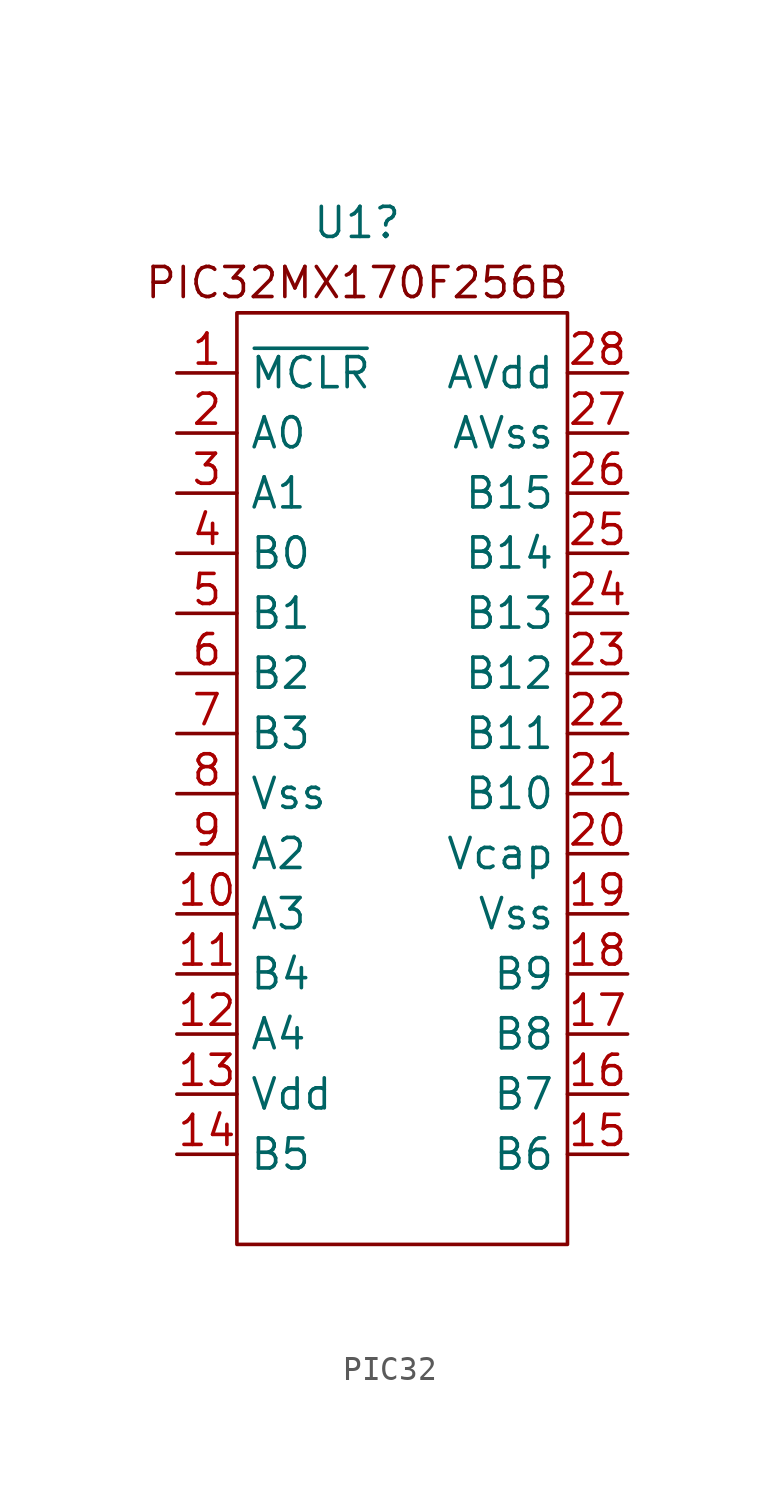
<source format=kicad_sym>
(kicad_symbol_lib
  (version 20220914)
  (generator kicad_symbol_editor)
  (symbol "PIC32"
    (property "Reference" "U1"
      (at 0 3.81 0)
      (effects (font (size 1.27 1.27))))
    (property "Value" ""
      (at 0 0 0)
      (effects (font (size 1.27 1.27))))
    (symbol "PIC32_1_1"
      (rectangle (start -5.08 0) (end 8.89 -39.37) (stroke (width 0) (type default)) (fill (type none)))
      (text "PIC32MX170F256B\n" (at 0 1.27 0) (effects (font (size 1.27 1.27))))
      (pin input line (at -7.62 -2.54 0) (length 2.54) (name "~{MCLR}" (effects (font (size 1.27 1.27)))) (number "1" (effects (font (size 1.27 1.27)))))
      (pin input line (at -7.62 -25.4 0) (length 2.54) (name "A3" (effects (font (size 1.27 1.27)))) (number "10" (effects (font (size 1.27 1.27)))))
      (pin input line (at -7.62 -27.94 0) (length 2.54) (name "B4" (effects (font (size 1.27 1.27)))) (number "11" (effects (font (size 1.27 1.27)))))
      (pin input line (at -7.62 -30.48 0) (length 2.54) (name "A4" (effects (font (size 1.27 1.27)))) (number "12" (effects (font (size 1.27 1.27)))))
      (pin input line (at -7.62 -33.02 0) (length 2.54) (name "Vdd" (effects (font (size 1.27 1.27)))) (number "13" (effects (font (size 1.27 1.27)))))
      (pin input line (at -7.62 -35.56 0) (length 2.54) (name "B5" (effects (font (size 1.27 1.27)))) (number "14" (effects (font (size 1.27 1.27)))))
      (pin input line (at 11.43 -35.56 180) (length 2.54) (name "B6" (effects (font (size 1.27 1.27)))) (number "15" (effects (font (size 1.27 1.27)))))
      (pin input line (at 11.43 -33.02 180) (length 2.54) (name "B7" (effects (font (size 1.27 1.27)))) (number "16" (effects (font (size 1.27 1.27)))))
      (pin input line (at 11.43 -30.48 180) (length 2.54) (name "B8" (effects (font (size 1.27 1.27)))) (number "17" (effects (font (size 1.27 1.27)))))
      (pin input line (at 11.43 -27.94 180) (length 2.54) (name "B9" (effects (font (size 1.27 1.27)))) (number "18" (effects (font (size 1.27 1.27)))))
      (pin input line (at 11.43 -25.4 180) (length 2.54) (name "Vss" (effects (font (size 1.27 1.27)))) (number "19" (effects (font (size 1.27 1.27)))))
      (pin input line (at -7.62 -5.08 0) (length 2.54) (name "A0" (effects (font (size 1.27 1.27)))) (number "2" (effects (font (size 1.27 1.27)))))
      (pin input line (at 11.43 -22.86 180) (length 2.54) (name "Vcap" (effects (font (size 1.27 1.27)))) (number "20" (effects (font (size 1.27 1.27)))))
      (pin input line (at 11.43 -20.32 180) (length 2.54) (name "B10" (effects (font (size 1.27 1.27)))) (number "21" (effects (font (size 1.27 1.27)))))
      (pin input line (at 11.43 -17.78 180) (length 2.54) (name "B11" (effects (font (size 1.27 1.27)))) (number "22" (effects (font (size 1.27 1.27)))))
      (pin input line (at 11.43 -15.24 180) (length 2.54) (name "B12" (effects (font (size 1.27 1.27)))) (number "23" (effects (font (size 1.27 1.27)))))
      (pin input line (at 11.43 -12.7 180) (length 2.54) (name "B13" (effects (font (size 1.27 1.27)))) (number "24" (effects (font (size 1.27 1.27)))))
      (pin input line (at 11.43 -10.16 180) (length 2.54) (name "B14" (effects (font (size 1.27 1.27)))) (number "25" (effects (font (size 1.27 1.27)))))
      (pin input line (at 11.43 -7.62 180) (length 2.54) (name "B15" (effects (font (size 1.27 1.27)))) (number "26" (effects (font (size 1.27 1.27)))))
      (pin input line (at 11.43 -5.08 180) (length 2.54) (name "AVss" (effects (font (size 1.27 1.27)))) (number "27" (effects (font (size 1.27 1.27)))))
      (pin input line (at 11.43 -2.54 180) (length 2.54) (name "AVdd" (effects (font (size 1.27 1.27)))) (number "28" (effects (font (size 1.27 1.27)))))
      (pin input line (at -7.62 -7.62 0) (length 2.54) (name "A1" (effects (font (size 1.27 1.27)))) (number "3" (effects (font (size 1.27 1.27)))))
      (pin input line (at -7.62 -10.16 0) (length 2.54) (name "B0" (effects (font (size 1.27 1.27)))) (number "4" (effects (font (size 1.27 1.27)))))
      (pin input line (at -7.62 -12.7 0) (length 2.54) (name "B1" (effects (font (size 1.27 1.27)))) (number "5" (effects (font (size 1.27 1.27)))))
      (pin input line (at -7.62 -15.24 0) (length 2.54) (name "B2" (effects (font (size 1.27 1.27)))) (number "6" (effects (font (size 1.27 1.27)))))
      (pin input line (at -7.62 -17.78 0) (length 2.54) (name "B3" (effects (font (size 1.27 1.27)))) (number "7" (effects (font (size 1.27 1.27)))))
      (pin input line (at -7.62 -20.32 0) (length 2.54) (name "Vss" (effects (font (size 1.27 1.27)))) (number "8" (effects (font (size 1.27 1.27)))))
      (pin input line (at -7.62 -22.86 0) (length 2.54) (name "A2" (effects (font (size 1.27 1.27)))) (number "9" (effects (font (size 1.27 1.27))))))))
</source>
